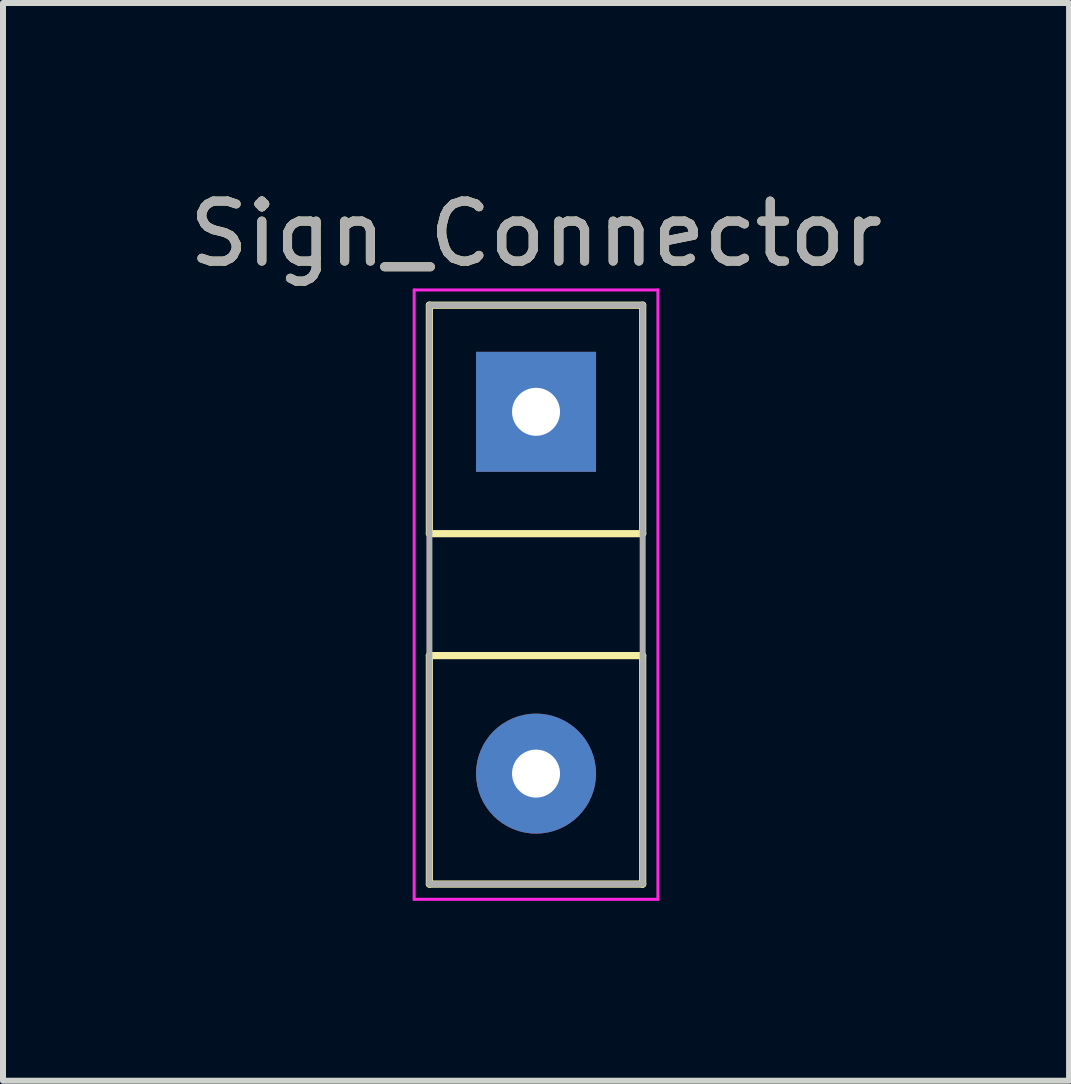
<source format=kicad_pcb>
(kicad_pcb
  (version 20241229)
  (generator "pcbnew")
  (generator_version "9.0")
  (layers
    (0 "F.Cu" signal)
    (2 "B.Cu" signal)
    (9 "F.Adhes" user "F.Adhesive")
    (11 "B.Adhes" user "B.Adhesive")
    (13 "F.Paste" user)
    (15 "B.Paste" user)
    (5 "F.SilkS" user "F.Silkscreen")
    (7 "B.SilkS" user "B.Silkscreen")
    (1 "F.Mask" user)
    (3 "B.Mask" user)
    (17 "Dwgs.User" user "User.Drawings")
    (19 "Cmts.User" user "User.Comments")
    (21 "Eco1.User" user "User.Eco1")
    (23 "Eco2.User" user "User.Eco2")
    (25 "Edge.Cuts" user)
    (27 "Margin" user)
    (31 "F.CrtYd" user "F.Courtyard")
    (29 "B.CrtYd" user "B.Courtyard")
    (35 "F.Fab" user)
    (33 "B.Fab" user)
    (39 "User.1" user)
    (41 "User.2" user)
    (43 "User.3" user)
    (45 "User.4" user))
  (footprint "Sign_Connector"
    (layer "F.Cu")
    (at 5.887 5.848)
    (property "Reference" "Sign_Connector" (at 0 -5 0) (layer "F.SilkS") (effects (font (size 1 1) (thickness 0.15))))
    (attr through_hole)
    (fp_line (start -1.778 -3.81) (end 1.778 -3.81) (stroke (width 0.12) (type solid)) (layer "F.SilkS"))
    (fp_line (start -1.778 0) (end -1.778 -3.81) (stroke (width 0.12) (type solid)) (layer "F.SilkS"))
    (fp_line (start -1.778 0) (end 1.778 0) (stroke (width 0.12) (type solid)) (layer "F.SilkS"))
    (fp_line (start -1.778 2.032) (end -1.778 5.842) (stroke (width 0.12) (type solid)) (layer "F.SilkS"))
    (fp_line (start -1.778 5.842) (end 1.778 5.842) (stroke (width 0.12) (type solid)) (layer "F.SilkS"))
    (fp_line (start 1.778 0) (end 1.778 -3.81) (stroke (width 0.12) (type solid)) (layer "F.SilkS"))
    (fp_line (start 1.778 2.032) (end -1.778 2.032) (stroke (width 0.12) (type solid)) (layer "F.SilkS"))
    (fp_line (start 1.778 5.842) (end 1.778 2.032) (stroke (width 0.12) (type solid)) (layer "F.SilkS"))
    (fp_line (start -2.032 -4.064) (end -2.032 6.096) (stroke (width 0.05) (type solid)) (layer "F.CrtYd"))
    (fp_line (start -2.032 6.096) (end 2.032 6.096) (stroke (width 0.05) (type solid)) (layer "F.CrtYd"))
    (fp_line (start 2.032 -4.064) (end -2.032 -4.064) (stroke (width 0.05) (type solid)) (layer "F.CrtYd"))
    (fp_line (start 2.032 6.096) (end 2.032 -4.064) (stroke (width 0.05) (type solid)) (layer "F.CrtYd"))
    (fp_line (start -1.778 -3.81) (end -1.778 5.842) (stroke (width 0.1) (type solid)) (layer "F.Fab"))
    (fp_line (start -1.778 5.842) (end 1.778 5.842) (stroke (width 0.1) (type solid)) (layer "F.Fab"))
    (fp_line (start 1.778 -3.81) (end -1.778 -3.81) (stroke (width 0.1) (type solid)) (layer "F.Fab"))
    (fp_line (start 1.778 5.842) (end 1.778 -3.81) (stroke (width 0.1) (type solid)) (layer "F.Fab"))
    (fp_text user "${REFERENCE}" (at 0 -5 0) (layer "F.Fab") (effects (font (size 1 1) (thickness 0.15))))
    (pad "1" thru_hole rect (at 0 -2.032) (size 2 2) (drill 0.8) (layers "*.Cu" "*.Mask"))
    (pad "2" thru_hole oval (at 0 4) (size 2 2) (drill 0.8) (layers "*.Cu" "*.Mask")))
  (gr_rect
    (start -3 -3)
    (end 14.774 14.969)
    (stroke (width 0.1) (type default))
    (fill no)
    (layer "Edge.Cuts")))
</source>
